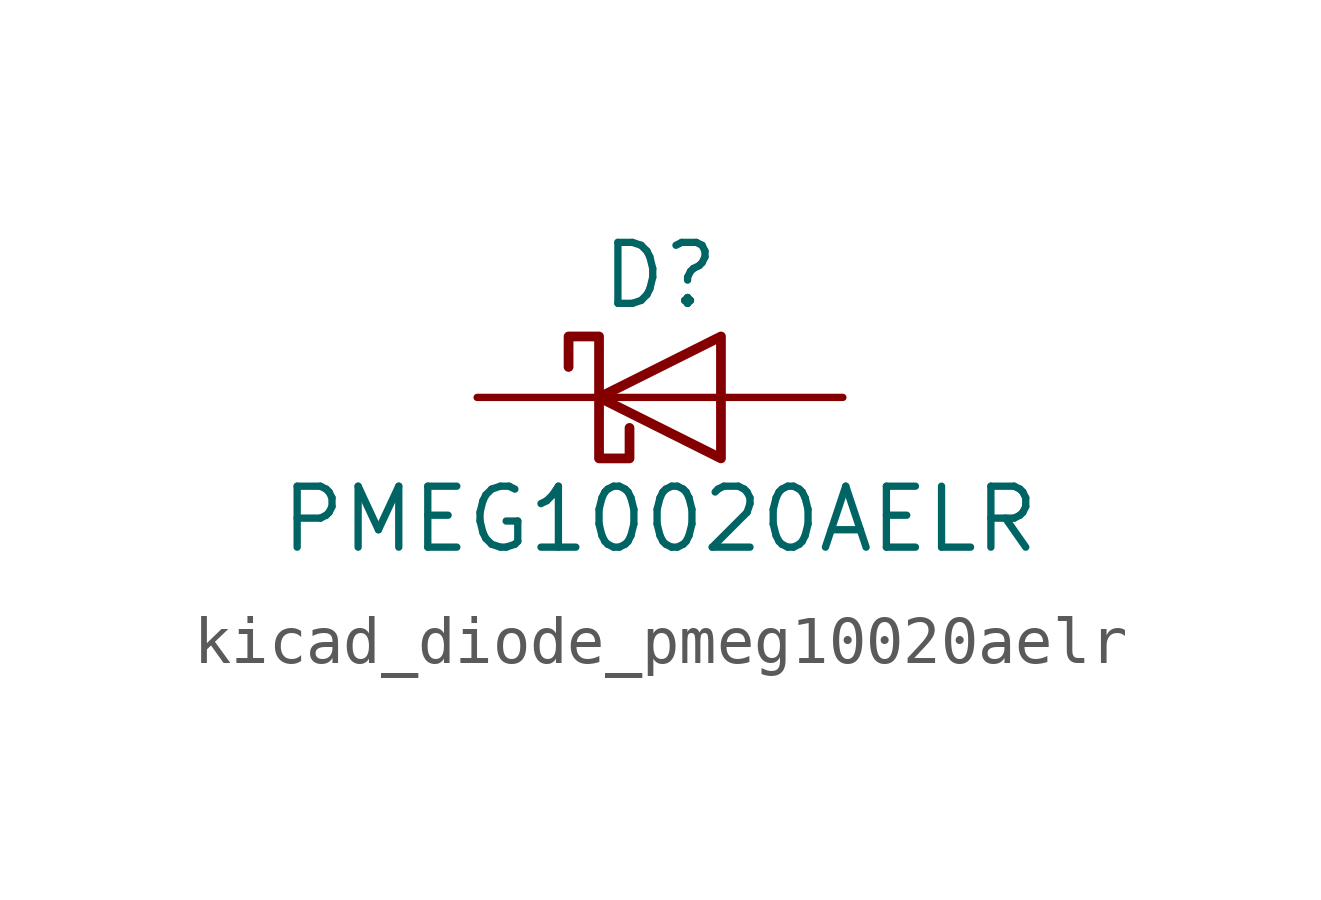
<source format=kicad_sym>
(kicad_symbol_lib
  (version 20220914)
  (generator kicad_symbol_editor)
  (symbol "kicad_diode_pmeg10020aelr"
    (pin_numbers hide)
    (pin_names hide)
    (property "Reference" "D"
      (at 0 2.54 0)
      (effects (font (size 1.27 1.27))))
    (property "Value" "PMEG10020AELR"
      (at 0 -2.54 0)
      (effects (font (size 1.27 1.27))))
    (symbol "kicad_diode_pmeg10020aelr_0_1"
      (polyline (pts (xy 1.27 0) (xy -1.27 0)) (stroke (width 0) (type default)) (fill (type none)))
      (polyline (pts (xy 1.27 1.27) (xy 1.27 -1.27) (xy -1.27 0) (xy 1.27 1.27)) (stroke (width 0.203) (type default)) (fill (type none)))
      (polyline (pts (xy -1.905 0.635) (xy -1.905 1.27) (xy -1.27 1.27) (xy -1.27 -1.27) (xy -0.635 -1.27) (xy -0.635 -0.635)) (stroke (width 0.203) (type default)) (fill (type none))))
    (symbol "kicad_diode_pmeg10020aelr_1_1"
      (pin passive line (at -3.81 0 0) (length 2.54) (name "K" (effects (font (size 1.27 1.27)))) (number "1" (effects (font (size 1.27 1.27)))))
      (pin passive line (at 3.81 0 180) (length 2.54) (name "A" (effects (font (size 1.27 1.27)))) (number "2" (effects (font (size 1.27 1.27))))))))
</source>
